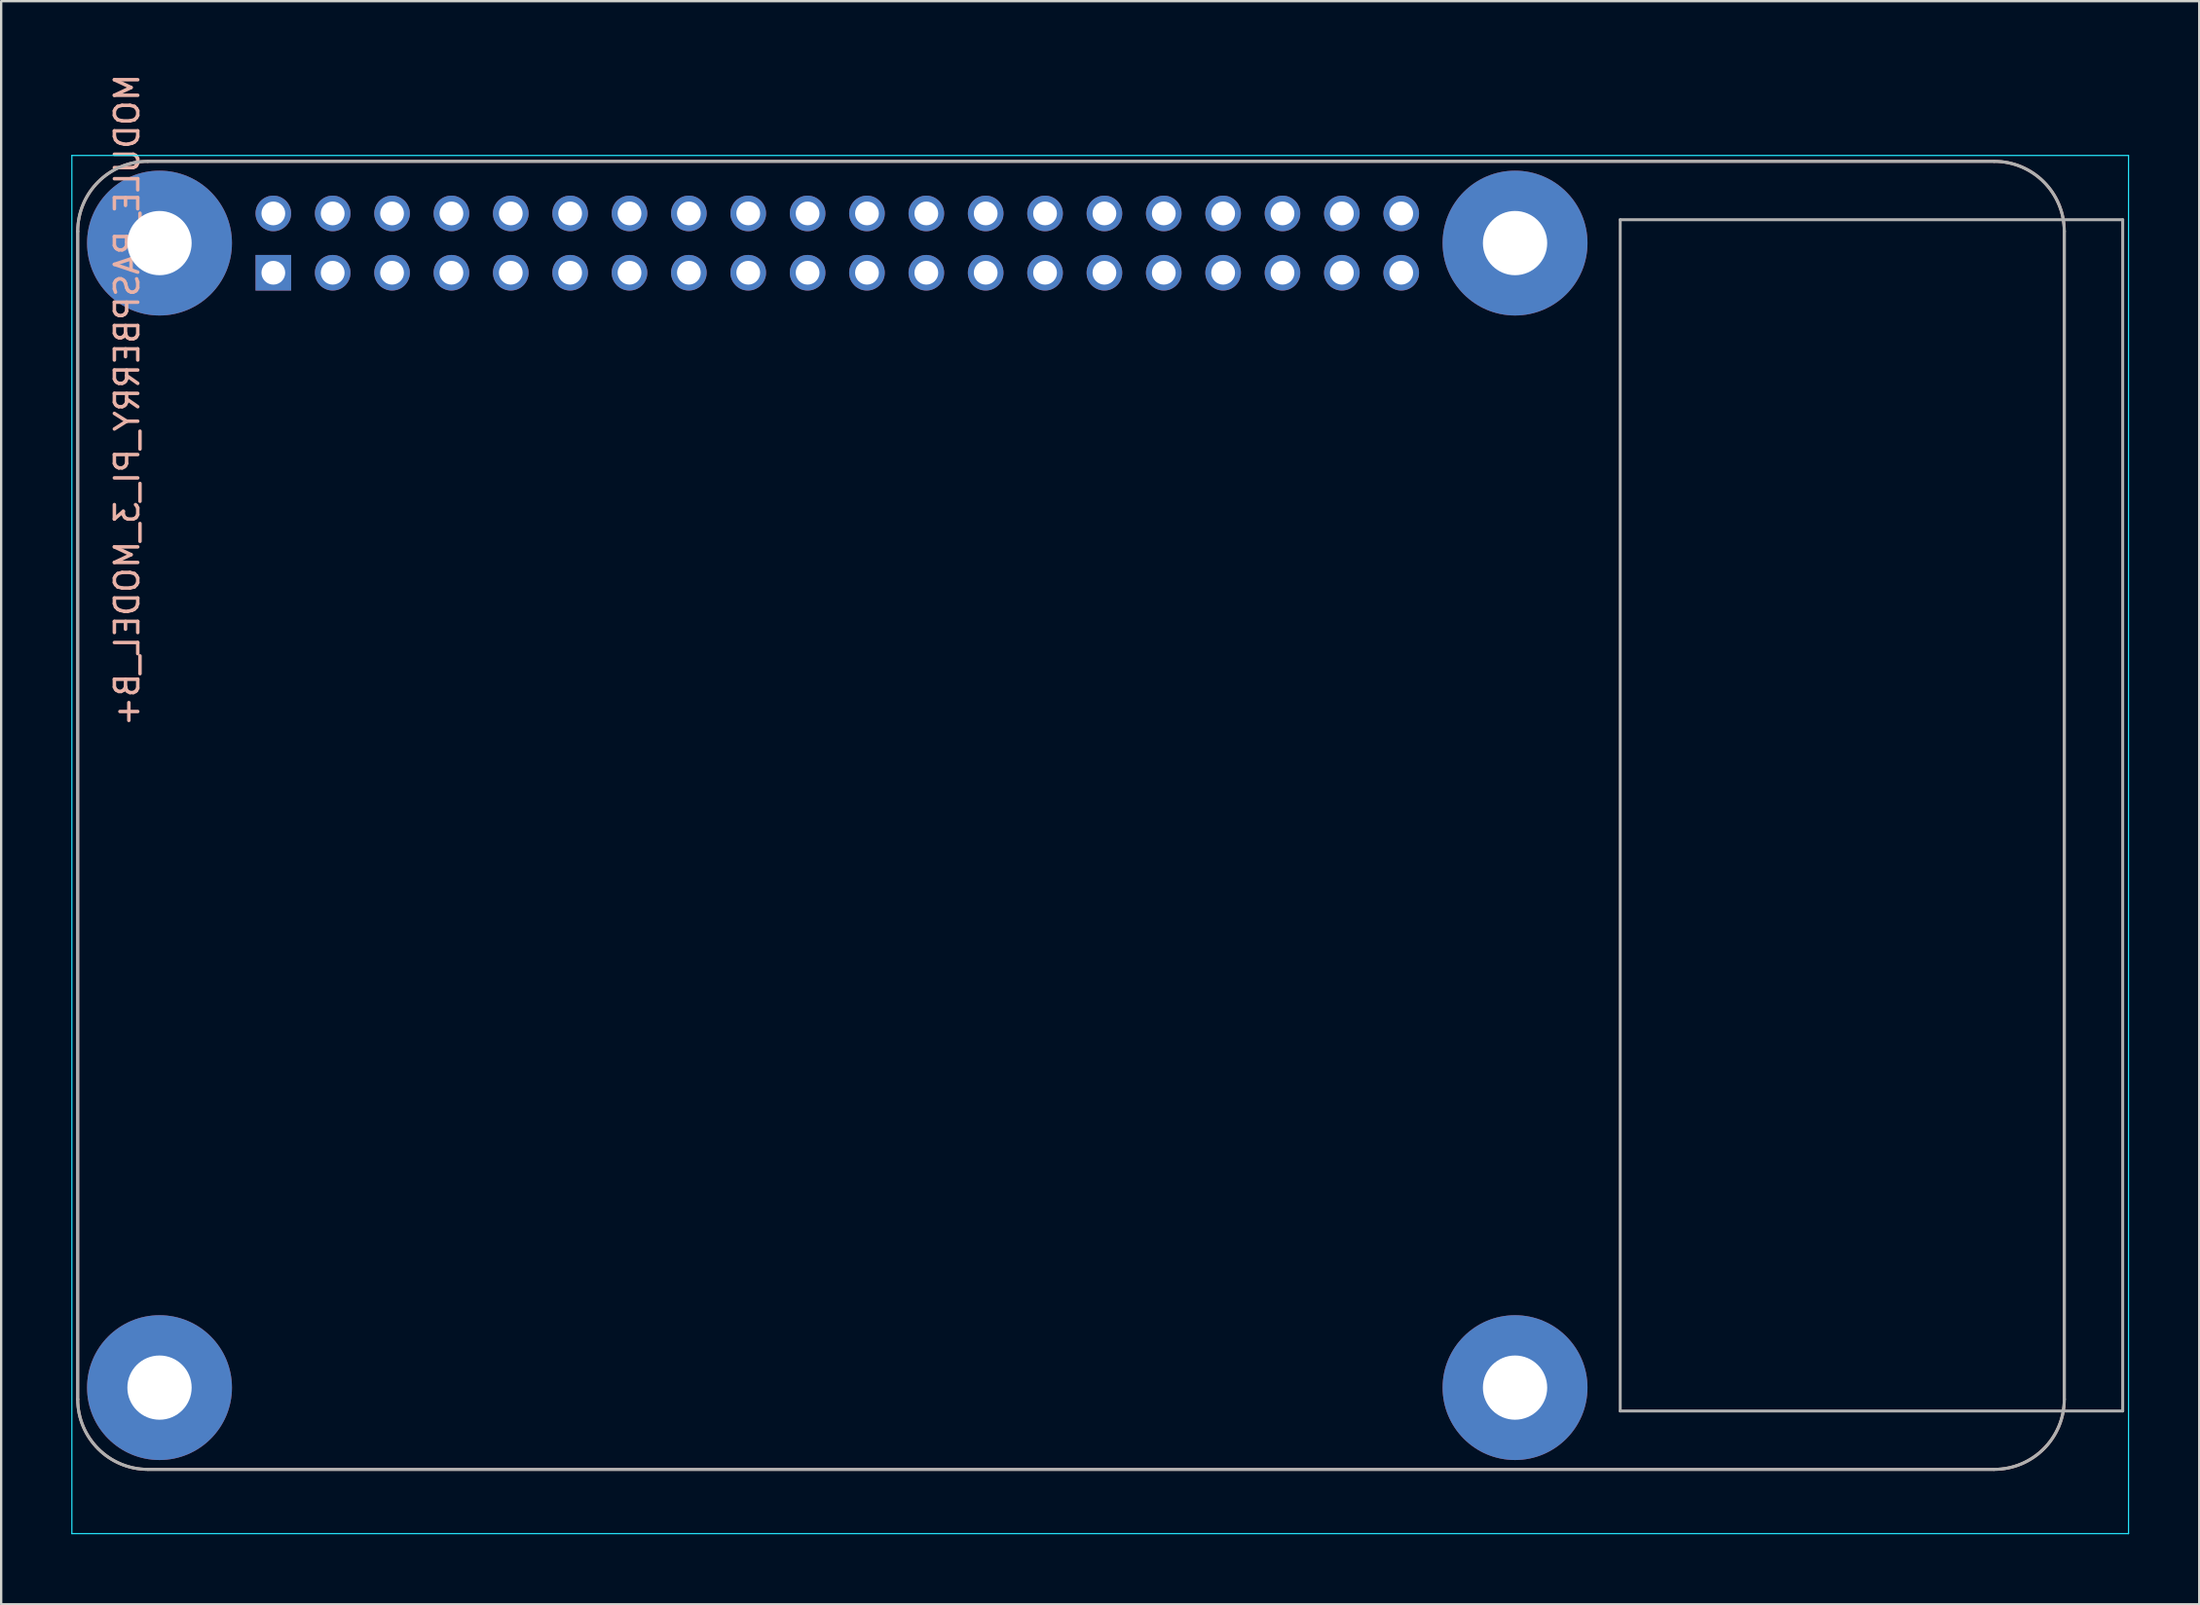
<source format=kicad_pcb>
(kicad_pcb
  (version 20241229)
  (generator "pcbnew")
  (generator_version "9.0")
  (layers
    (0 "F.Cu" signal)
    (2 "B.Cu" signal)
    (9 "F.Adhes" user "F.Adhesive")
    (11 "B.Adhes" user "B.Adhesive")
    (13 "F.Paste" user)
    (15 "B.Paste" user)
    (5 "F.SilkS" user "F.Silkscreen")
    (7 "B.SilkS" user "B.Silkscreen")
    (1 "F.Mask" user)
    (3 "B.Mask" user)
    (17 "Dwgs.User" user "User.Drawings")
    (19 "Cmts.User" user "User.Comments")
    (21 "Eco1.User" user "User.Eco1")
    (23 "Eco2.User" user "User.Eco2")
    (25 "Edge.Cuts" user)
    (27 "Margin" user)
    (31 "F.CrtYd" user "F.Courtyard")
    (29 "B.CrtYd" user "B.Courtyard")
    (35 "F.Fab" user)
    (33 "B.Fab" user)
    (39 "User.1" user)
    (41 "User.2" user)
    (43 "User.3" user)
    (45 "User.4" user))
  (footprint "MODULE_RASPBERRY_PI_3_MODEL_B+"
    (layer "F.Cu")
    (at 42.775 31.857)
    (property "Reference" "MODULE_RASPBERRY_PI_3_MODEL_B+" (at -40.386 -17.78 90) (layer "B.SilkS") (effects (font (size 1 1) (thickness 0.15)) (justify mirror)))
    (attr through_hole)
    (fp_line (start -42.5 -25) (end -42.5 25) (stroke (width 0.127) (type solid)) (layer "B.SilkS"))
    (fp_line (start -39.5 28) (end 39.5 28) (stroke (width 0.127) (type solid)) (layer "B.SilkS"))
    (fp_line (start 39.5 -28) (end -39.5 -28) (stroke (width 0.127) (type solid)) (layer "B.SilkS"))
    (fp_line (start 42.5 25) (end 42.5 -25) (stroke (width 0.127) (type solid)) (layer "B.SilkS"))
    (fp_arc (start -42.5 -25) (mid -41.62132 -27.12132) (end -39.5 -28) (stroke (width 0.127) (type solid)) (layer "B.SilkS"))
    (fp_arc (start -39.5 28) (mid -41.62132 27.12132) (end -42.5 25) (stroke (width 0.127) (type solid)) (layer "B.SilkS"))
    (fp_arc (start 39.5 -28) (mid 41.62132 -27.12132) (end 42.5 -25) (stroke (width 0.127) (type solid)) (layer "B.SilkS"))
    (fp_arc (start 42.5 25) (mid 41.62132 27.12132) (end 39.5 28) (stroke (width 0.127) (type solid)) (layer "B.SilkS"))
    (fp_line (start -42.75 -28.25) (end 45.25 -28.25) (stroke (width 0.05) (type solid)) (layer "B.CrtYd"))
    (fp_line (start -42.75 30.75) (end -42.75 -28.25) (stroke (width 0.05) (type solid)) (layer "B.CrtYd"))
    (fp_line (start 45.25 -28.25) (end 45.25 30.75) (stroke (width 0.05) (type solid)) (layer "B.CrtYd"))
    (fp_line (start 45.25 30.75) (end -42.75 30.75) (stroke (width 0.05) (type solid)) (layer "B.CrtYd"))
    (fp_line (start -42.5 -25) (end -42.5 25) (stroke (width 0.127) (type solid)) (layer "F.Fab"))
    (fp_line (start -39.5 28) (end 39.5 28) (stroke (width 0.127) (type solid)) (layer "F.Fab"))
    (fp_line (start 23.5 -25.5) (end 23.5 25.5) (stroke (width 0.127) (type solid)) (layer "F.Fab"))
    (fp_line (start 23.5 25.5) (end 45 25.5) (stroke (width 0.127) (type solid)) (layer "F.Fab"))
    (fp_line (start 39.5 -28) (end -39.5 -28) (stroke (width 0.127) (type solid)) (layer "F.Fab"))
    (fp_line (start 42.5 25) (end 42.5 -25) (stroke (width 0.127) (type solid)) (layer "F.Fab"))
    (fp_line (start 45 -25.5) (end 23.5 -25.5) (stroke (width 0.127) (type solid)) (layer "F.Fab"))
    (fp_line (start 45 25.5) (end 45 -25.5) (stroke (width 0.127) (type solid)) (layer "F.Fab"))
    (fp_arc (start -42.5 -25) (mid -41.62132 -27.12132) (end -39.5 -28) (stroke (width 0.127) (type solid)) (layer "F.Fab"))
    (fp_arc (start -39.5 28) (mid -41.62132 27.12132) (end -42.5 25) (stroke (width 0.127) (type solid)) (layer "F.Fab"))
    (fp_arc (start 39.5 -28) (mid 41.62132 -27.12132) (end 42.5 -25) (stroke (width 0.127) (type solid)) (layer "F.Fab"))
    (fp_arc (start 42.5 25) (mid 41.62132 27.12132) (end 39.5 28) (stroke (width 0.127) (type solid)) (layer "F.Fab"))
    (pad "1" thru_hole rect (at -34.13 -23.23) (size 1.524 1.524) (drill 1.016) (layers "*.Cu" "*.Mask"))
    (pad "2" thru_hole circle (at -34.13 -25.77) (size 1.524 1.524) (drill 1.016) (layers "*.Cu" "*.Mask"))
    (pad "3" thru_hole circle (at -31.59 -23.23) (size 1.524 1.524) (drill 1.016) (layers "*.Cu" "*.Mask"))
    (pad "4" thru_hole circle (at -31.59 -25.77) (size 1.524 1.524) (drill 1.016) (layers "*.Cu" "*.Mask"))
    (pad "5" thru_hole circle (at -29.05 -23.23) (size 1.524 1.524) (drill 1.016) (layers "*.Cu" "*.Mask"))
    (pad "6" thru_hole circle (at -29.05 -25.77) (size 1.524 1.524) (drill 1.016) (layers "*.Cu" "*.Mask"))
    (pad "7" thru_hole circle (at -26.51 -23.23) (size 1.524 1.524) (drill 1.016) (layers "*.Cu" "*.Mask"))
    (pad "8" thru_hole circle (at -26.51 -25.77) (size 1.524 1.524) (drill 1.016) (layers "*.Cu" "*.Mask"))
    (pad "9" thru_hole circle (at -23.97 -23.23) (size 1.524 1.524) (drill 1.016) (layers "*.Cu" "*.Mask"))
    (pad "10" thru_hole circle (at -23.97 -25.77) (size 1.524 1.524) (drill 1.016) (layers "*.Cu" "*.Mask"))
    (pad "11" thru_hole circle (at -21.43 -23.23) (size 1.524 1.524) (drill 1.016) (layers "*.Cu" "*.Mask"))
    (pad "12" thru_hole circle (at -21.43 -25.77) (size 1.524 1.524) (drill 1.016) (layers "*.Cu" "*.Mask"))
    (pad "13" thru_hole circle (at -18.89 -23.23) (size 1.524 1.524) (drill 1.016) (layers "*.Cu" "*.Mask"))
    (pad "14" thru_hole circle (at -18.89 -25.77) (size 1.524 1.524) (drill 1.016) (layers "*.Cu" "*.Mask"))
    (pad "15" thru_hole circle (at -16.35 -23.23) (size 1.524 1.524) (drill 1.016) (layers "*.Cu" "*.Mask"))
    (pad "16" thru_hole circle (at -16.35 -25.77) (size 1.524 1.524) (drill 1.016) (layers "*.Cu" "*.Mask"))
    (pad "17" thru_hole circle (at -13.81 -23.23) (size 1.524 1.524) (drill 1.016) (layers "*.Cu" "*.Mask"))
    (pad "18" thru_hole circle (at -13.81 -25.77) (size 1.524 1.524) (drill 1.016) (layers "*.Cu" "*.Mask"))
    (pad "19" thru_hole circle (at -11.27 -23.23) (size 1.524 1.524) (drill 1.016) (layers "*.Cu" "*.Mask"))
    (pad "20" thru_hole circle (at -11.27 -25.77) (size 1.524 1.524) (drill 1.016) (layers "*.Cu" "*.Mask"))
    (pad "21" thru_hole circle (at -8.73 -23.23) (size 1.524 1.524) (drill 1.016) (layers "*.Cu" "*.Mask"))
    (pad "22" thru_hole circle (at -8.73 -25.77) (size 1.524 1.524) (drill 1.016) (layers "*.Cu" "*.Mask"))
    (pad "23" thru_hole circle (at -6.19 -23.23) (size 1.524 1.524) (drill 1.016) (layers "*.Cu" "*.Mask"))
    (pad "24" thru_hole circle (at -6.19 -25.77) (size 1.524 1.524) (drill 1.016) (layers "*.Cu" "*.Mask"))
    (pad "25" thru_hole circle (at -3.65 -23.23) (size 1.524 1.524) (drill 1.016) (layers "*.Cu" "*.Mask"))
    (pad "26" thru_hole circle (at -3.65 -25.77) (size 1.524 1.524) (drill 1.016) (layers "*.Cu" "*.Mask"))
    (pad "27" thru_hole circle (at -1.11 -23.23) (size 1.524 1.524) (drill 1.016) (layers "*.Cu" "*.Mask"))
    (pad "28" thru_hole circle (at -1.11 -25.77) (size 1.524 1.524) (drill 1.016) (layers "*.Cu" "*.Mask"))
    (pad "29" thru_hole circle (at 1.43 -23.23) (size 1.524 1.524) (drill 1.016) (layers "*.Cu" "*.Mask"))
    (pad "30" thru_hole circle (at 1.43 -25.77) (size 1.524 1.524) (drill 1.016) (layers "*.Cu" "*.Mask"))
    (pad "31" thru_hole circle (at 3.97 -23.23) (size 1.524 1.524) (drill 1.016) (layers "*.Cu" "*.Mask"))
    (pad "32" thru_hole circle (at 3.97 -25.77) (size 1.524 1.524) (drill 1.016) (layers "*.Cu" "*.Mask"))
    (pad "33" thru_hole circle (at 6.51 -23.23) (size 1.524 1.524) (drill 1.016) (layers "*.Cu" "*.Mask"))
    (pad "34" thru_hole circle (at 6.51 -25.77) (size 1.524 1.524) (drill 1.016) (layers "*.Cu" "*.Mask"))
    (pad "35" thru_hole circle (at 9.05 -23.23) (size 1.524 1.524) (drill 1.016) (layers "*.Cu" "*.Mask"))
    (pad "36" thru_hole circle (at 9.05 -25.77) (size 1.524 1.524) (drill 1.016) (layers "*.Cu" "*.Mask"))
    (pad "37" thru_hole circle (at 11.59 -23.23) (size 1.524 1.524) (drill 1.016) (layers "*.Cu" "*.Mask"))
    (pad "38" thru_hole circle (at 11.59 -25.77) (size 1.524 1.524) (drill 1.016) (layers "*.Cu" "*.Mask"))
    (pad "39" thru_hole circle (at 14.13 -23.23) (size 1.524 1.524) (drill 1.016) (layers "*.Cu" "*.Mask"))
    (pad "40" thru_hole circle (at 14.13 -25.77) (size 1.524 1.524) (drill 1.016) (layers "*.Cu" "*.Mask"))
    (pad "S1" thru_hole circle (at -39 -24.5) (size 6.2 6.2) (drill 2.75) (layers "*.Cu" "*.Mask"))
    (pad "S2" thru_hole circle (at 19 -24.5) (size 6.2 6.2) (drill 2.75) (layers "*.Cu" "*.Mask"))
    (pad "S3" thru_hole circle (at 19 24.5) (size 6.2 6.2) (drill 2.75) (layers "*.Cu" "*.Mask"))
    (pad "S4" thru_hole circle (at -39 24.5) (size 6.2 6.2) (drill 2.75) (layers "*.Cu" "*.Mask")))
  (gr_rect
    (start -3 -3)
    (end 91.05 65.632)
    (stroke (width 0.1) (type default))
    (fill no)
    (layer "Edge.Cuts")))
</source>
